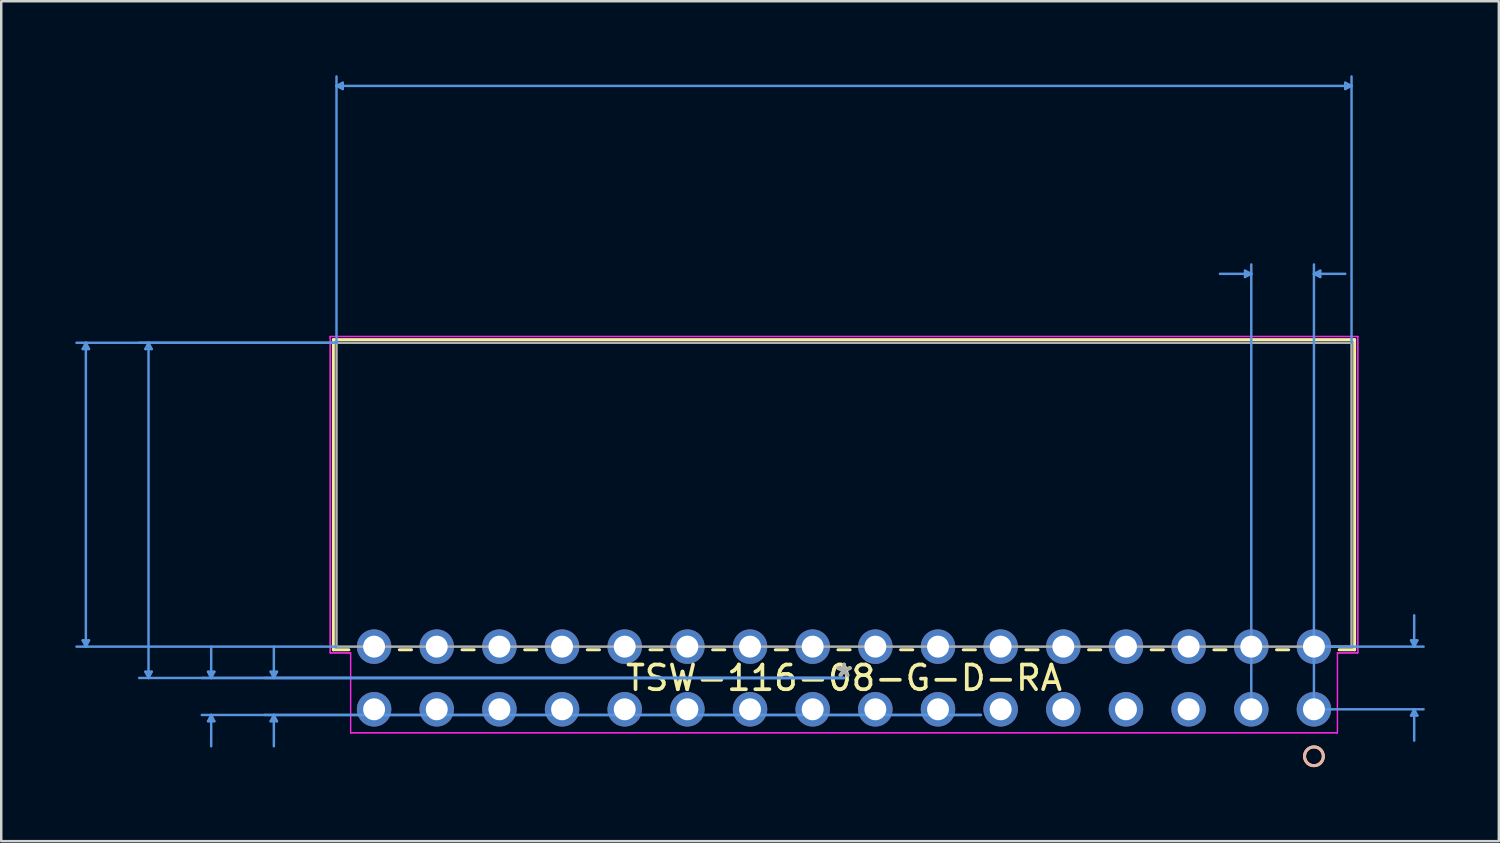
<source format=kicad_pcb>
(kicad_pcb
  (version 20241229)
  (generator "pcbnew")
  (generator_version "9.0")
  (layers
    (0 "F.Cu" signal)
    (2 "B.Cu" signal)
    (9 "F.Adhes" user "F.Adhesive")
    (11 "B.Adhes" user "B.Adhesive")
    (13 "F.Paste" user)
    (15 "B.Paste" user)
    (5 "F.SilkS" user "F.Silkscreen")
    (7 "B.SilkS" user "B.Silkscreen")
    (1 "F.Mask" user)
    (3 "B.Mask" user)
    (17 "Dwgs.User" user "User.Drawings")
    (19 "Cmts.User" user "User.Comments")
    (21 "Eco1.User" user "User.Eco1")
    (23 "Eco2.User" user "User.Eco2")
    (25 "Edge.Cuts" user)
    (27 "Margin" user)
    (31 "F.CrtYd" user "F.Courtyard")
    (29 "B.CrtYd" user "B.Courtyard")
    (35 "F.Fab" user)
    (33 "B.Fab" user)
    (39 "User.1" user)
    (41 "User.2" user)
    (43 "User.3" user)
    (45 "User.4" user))
  (footprint "TSW-116-08-G-D-RA"
    (layer "F.Cu")
    (at 31.165 24.434)
    (property "Reference" "TSW-116-08-G-D-RA" (at 0 0 0) (layer "F.SilkS") (effects (font (size 1 1) (thickness 0.15))))
    (attr through_hole)
    (fp_line (start -20.701 -13.716) (end -20.701 -1.143) (stroke (width 0.12) (type solid)) (layer "F.SilkS"))
    (fp_line (start -20.701 -1.143) (end -20.073 -1.143) (stroke (width 0.12) (type solid)) (layer "F.SilkS"))
    (fp_line (start -18.027 -1.143) (end -17.533 -1.143) (stroke (width 0.12) (type solid)) (layer "F.SilkS"))
    (fp_line (start -15.487 -1.143) (end -14.993 -1.143) (stroke (width 0.12) (type solid)) (layer "F.SilkS"))
    (fp_line (start -12.947 -1.143) (end -12.453 -1.143) (stroke (width 0.12) (type solid)) (layer "F.SilkS"))
    (fp_line (start -10.407 -1.143) (end -9.913 -1.143) (stroke (width 0.12) (type solid)) (layer "F.SilkS"))
    (fp_line (start -7.867 -1.143) (end -7.373 -1.143) (stroke (width 0.12) (type solid)) (layer "F.SilkS"))
    (fp_line (start -5.327 -1.143) (end -4.833 -1.143) (stroke (width 0.12) (type solid)) (layer "F.SilkS"))
    (fp_line (start -2.787 -1.143) (end -2.293 -1.143) (stroke (width 0.12) (type solid)) (layer "F.SilkS"))
    (fp_line (start -0.247 -1.143) (end 0.247 -1.143) (stroke (width 0.12) (type solid)) (layer "F.SilkS"))
    (fp_line (start 2.293 -1.143) (end 2.787 -1.143) (stroke (width 0.12) (type solid)) (layer "F.SilkS"))
    (fp_line (start 4.833 -1.143) (end 5.327 -1.143) (stroke (width 0.12) (type solid)) (layer "F.SilkS"))
    (fp_line (start 7.373 -1.143) (end 7.867 -1.143) (stroke (width 0.12) (type solid)) (layer "F.SilkS"))
    (fp_line (start 9.913 -1.143) (end 10.407 -1.143) (stroke (width 0.12) (type solid)) (layer "F.SilkS"))
    (fp_line (start 12.453 -1.143) (end 12.947 -1.143) (stroke (width 0.12) (type solid)) (layer "F.SilkS"))
    (fp_line (start 14.993 -1.143) (end 15.487 -1.143) (stroke (width 0.12) (type solid)) (layer "F.SilkS"))
    (fp_line (start 17.533 -1.143) (end 18.027 -1.143) (stroke (width 0.12) (type solid)) (layer "F.SilkS"))
    (fp_line (start 20.073 -1.143) (end 20.701 -1.143) (stroke (width 0.12) (type solid)) (layer "F.SilkS"))
    (fp_line (start 20.701 -13.716) (end -20.701 -13.716) (stroke (width 0.12) (type solid)) (layer "F.SilkS"))
    (fp_line (start 20.701 -1.143) (end 20.701 -13.716) (stroke (width 0.12) (type solid)) (layer "F.SilkS"))
    (fp_circle (center 19.05 3.175) (end 19.431 3.175) (stroke (width 0.12) (type solid)) (fill no) (layer "F.SilkS"))
    (fp_circle (center 19.05 3.175) (end 19.431 3.175) (stroke (width 0.12) (type solid)) (fill no) (layer "B.SilkS"))
    (fp_line (start -30.861 -13.335) (end -30.607 -13.335) (stroke (width 0.1) (type solid)) (layer "Cmts.User"))
    (fp_line (start -30.861 -1.524) (end -30.607 -1.524) (stroke (width 0.1) (type solid)) (layer "Cmts.User"))
    (fp_line (start -30.734 -13.589) (end -30.861 -13.335) (stroke (width 0.1) (type solid)) (layer "Cmts.User"))
    (fp_line (start -30.734 -13.589) (end -30.734 -1.27) (stroke (width 0.1) (type solid)) (layer "Cmts.User"))
    (fp_line (start -30.734 -13.589) (end -30.607 -13.335) (stroke (width 0.1) (type solid)) (layer "Cmts.User"))
    (fp_line (start -30.734 -1.27) (end -30.861 -1.524) (stroke (width 0.1) (type solid)) (layer "Cmts.User"))
    (fp_line (start -30.734 -1.27) (end -30.607 -1.524) (stroke (width 0.1) (type solid)) (layer "Cmts.User"))
    (fp_line (start -28.321 -13.335) (end -28.067 -13.335) (stroke (width 0.1) (type solid)) (layer "Cmts.User"))
    (fp_line (start -28.321 -0.254) (end -28.067 -0.254) (stroke (width 0.1) (type solid)) (layer "Cmts.User"))
    (fp_line (start -28.194 -13.589) (end -28.321 -13.335) (stroke (width 0.1) (type solid)) (layer "Cmts.User"))
    (fp_line (start -28.194 -13.589) (end -28.194 0) (stroke (width 0.1) (type solid)) (layer "Cmts.User"))
    (fp_line (start -28.194 -13.589) (end -28.067 -13.335) (stroke (width 0.1) (type solid)) (layer "Cmts.User"))
    (fp_line (start -28.194 0) (end -28.321 -0.254) (stroke (width 0.1) (type solid)) (layer "Cmts.User"))
    (fp_line (start -28.194 0) (end -28.067 -0.254) (stroke (width 0.1) (type solid)) (layer "Cmts.User"))
    (fp_line (start -25.781 -0.254) (end -25.527 -0.254) (stroke (width 0.1) (type solid)) (layer "Cmts.User"))
    (fp_line (start -25.781 1.753) (end -25.527 1.753) (stroke (width 0.1) (type solid)) (layer "Cmts.User"))
    (fp_line (start -25.654 0) (end -25.781 -0.254) (stroke (width 0.1) (type solid)) (layer "Cmts.User"))
    (fp_line (start -25.654 0) (end -25.654 -1.27) (stroke (width 0.1) (type solid)) (layer "Cmts.User"))
    (fp_line (start -25.654 0) (end -25.527 -0.254) (stroke (width 0.1) (type solid)) (layer "Cmts.User"))
    (fp_line (start -25.654 1.499) (end -25.781 1.753) (stroke (width 0.1) (type solid)) (layer "Cmts.User"))
    (fp_line (start -25.654 1.499) (end -25.654 2.769) (stroke (width 0.1) (type solid)) (layer "Cmts.User"))
    (fp_line (start -25.654 1.499) (end -25.527 1.753) (stroke (width 0.1) (type solid)) (layer "Cmts.User"))
    (fp_line (start -23.241 -0.254) (end -22.987 -0.254) (stroke (width 0.1) (type solid)) (layer "Cmts.User"))
    (fp_line (start -23.241 1.753) (end -22.987 1.753) (stroke (width 0.1) (type solid)) (layer "Cmts.User"))
    (fp_line (start -23.114 0) (end -23.241 -0.254) (stroke (width 0.1) (type solid)) (layer "Cmts.User"))
    (fp_line (start -23.114 0) (end -23.114 -1.27) (stroke (width 0.1) (type solid)) (layer "Cmts.User"))
    (fp_line (start -23.114 0) (end -22.987 -0.254) (stroke (width 0.1) (type solid)) (layer "Cmts.User"))
    (fp_line (start -23.114 1.499) (end -23.241 1.753) (stroke (width 0.1) (type solid)) (layer "Cmts.User"))
    (fp_line (start -23.114 1.499) (end -23.114 2.769) (stroke (width 0.1) (type solid)) (layer "Cmts.User"))
    (fp_line (start -23.114 1.499) (end -22.987 1.753) (stroke (width 0.1) (type solid)) (layer "Cmts.User"))
    (fp_line (start -20.574 -24.003) (end -20.32 -24.13) (stroke (width 0.1) (type solid)) (layer "Cmts.User"))
    (fp_line (start -20.574 -24.003) (end -20.32 -23.876) (stroke (width 0.1) (type solid)) (layer "Cmts.User"))
    (fp_line (start -20.574 -24.003) (end 20.574 -24.003) (stroke (width 0.1) (type solid)) (layer "Cmts.User"))
    (fp_line (start -20.574 -13.589) (end -31.115 -13.589) (stroke (width 0.1) (type solid)) (layer "Cmts.User"))
    (fp_line (start -20.574 -13.589) (end -28.575 -13.589) (stroke (width 0.1) (type solid)) (layer "Cmts.User"))
    (fp_line (start -20.574 -13.589) (end -20.574 -24.384) (stroke (width 0.1) (type solid)) (layer "Cmts.User"))
    (fp_line (start -20.574 -1.27) (end -31.115 -1.27) (stroke (width 0.1) (type solid)) (layer "Cmts.User"))
    (fp_line (start -20.32 -24.13) (end -20.32 -23.876) (stroke (width 0.1) (type solid)) (layer "Cmts.User"))
    (fp_line (start 0 0) (end -28.575 0) (stroke (width 0.1) (type solid)) (layer "Cmts.User"))
    (fp_line (start 0 0) (end -26.035 0) (stroke (width 0.1) (type solid)) (layer "Cmts.User"))
    (fp_line (start 0 0) (end -23.495 0) (stroke (width 0.1) (type solid)) (layer "Cmts.User"))
    (fp_line (start 5.55 1.499) (end -26.035 1.499) (stroke (width 0.1) (type solid)) (layer "Cmts.User"))
    (fp_line (start 5.55 1.499) (end -23.495 1.499) (stroke (width 0.1) (type solid)) (layer "Cmts.User"))
    (fp_line (start 16.256 -16.51) (end 16.256 -16.256) (stroke (width 0.1) (type solid)) (layer "Cmts.User"))
    (fp_line (start 16.51 -16.383) (end 15.24 -16.383) (stroke (width 0.1) (type solid)) (layer "Cmts.User"))
    (fp_line (start 16.51 -16.383) (end 16.256 -16.51) (stroke (width 0.1) (type solid)) (layer "Cmts.User"))
    (fp_line (start 16.51 -16.383) (end 16.256 -16.256) (stroke (width 0.1) (type solid)) (layer "Cmts.User"))
    (fp_line (start 16.51 1.27) (end 16.51 -16.764) (stroke (width 0.1) (type solid)) (layer "Cmts.User"))
    (fp_line (start 19.05 -16.383) (end 19.304 -16.51) (stroke (width 0.1) (type solid)) (layer "Cmts.User"))
    (fp_line (start 19.05 -16.383) (end 19.304 -16.256) (stroke (width 0.1) (type solid)) (layer "Cmts.User"))
    (fp_line (start 19.05 -16.383) (end 20.32 -16.383) (stroke (width 0.1) (type solid)) (layer "Cmts.User"))
    (fp_line (start 19.05 -1.27) (end 23.495 -1.27) (stroke (width 0.1) (type solid)) (layer "Cmts.User"))
    (fp_line (start 19.05 1.27) (end 19.05 -16.764) (stroke (width 0.1) (type solid)) (layer "Cmts.User"))
    (fp_line (start 19.05 1.27) (end 23.495 1.27) (stroke (width 0.1) (type solid)) (layer "Cmts.User"))
    (fp_line (start 19.304 -16.51) (end 19.304 -16.256) (stroke (width 0.1) (type solid)) (layer "Cmts.User"))
    (fp_line (start 20.32 -24.13) (end 20.32 -23.876) (stroke (width 0.1) (type solid)) (layer "Cmts.User"))
    (fp_line (start 20.574 -24.003) (end 20.32 -24.13) (stroke (width 0.1) (type solid)) (layer "Cmts.User"))
    (fp_line (start 20.574 -24.003) (end 20.32 -23.876) (stroke (width 0.1) (type solid)) (layer "Cmts.User"))
    (fp_line (start 20.574 -13.589) (end 20.574 -24.384) (stroke (width 0.1) (type solid)) (layer "Cmts.User"))
    (fp_line (start 22.987 -1.524) (end 23.241 -1.524) (stroke (width 0.1) (type solid)) (layer "Cmts.User"))
    (fp_line (start 22.987 1.524) (end 23.241 1.524) (stroke (width 0.1) (type solid)) (layer "Cmts.User"))
    (fp_line (start 23.114 -1.27) (end 22.987 -1.524) (stroke (width 0.1) (type solid)) (layer "Cmts.User"))
    (fp_line (start 23.114 -1.27) (end 23.114 -2.54) (stroke (width 0.1) (type solid)) (layer "Cmts.User"))
    (fp_line (start 23.114 -1.27) (end 23.241 -1.524) (stroke (width 0.1) (type solid)) (layer "Cmts.User"))
    (fp_line (start 23.114 1.27) (end 22.987 1.524) (stroke (width 0.1) (type solid)) (layer "Cmts.User"))
    (fp_line (start 23.114 1.27) (end 23.114 2.54) (stroke (width 0.1) (type solid)) (layer "Cmts.User"))
    (fp_line (start 23.114 1.27) (end 23.241 1.524) (stroke (width 0.1) (type solid)) (layer "Cmts.User"))
    (fp_line (start -20.828 -13.843) (end -20.828 -1.016) (stroke (width 0.05) (type solid)) (layer "F.CrtYd"))
    (fp_line (start -20.828 -13.843) (end -20.828 -1.016) (stroke (width 0.05) (type solid)) (layer "F.CrtYd"))
    (fp_line (start -20.828 -1.016) (end -20.003 -1.016) (stroke (width 0.05) (type solid)) (layer "F.CrtYd"))
    (fp_line (start -20.828 -1.016) (end -20.003 -1.016) (stroke (width 0.05) (type solid)) (layer "F.CrtYd"))
    (fp_line (start -20.003 -13.843) (end -20.828 -13.843) (stroke (width 0.05) (type solid)) (layer "F.CrtYd"))
    (fp_line (start -20.003 -13.843) (end -20.828 -13.843) (stroke (width 0.05) (type solid)) (layer "F.CrtYd"))
    (fp_line (start -20.003 -13.843) (end -20.003 -13.843) (stroke (width 0.05) (type solid)) (layer "F.CrtYd"))
    (fp_line (start -20.003 -13.843) (end -20.003 -13.843) (stroke (width 0.05) (type solid)) (layer "F.CrtYd"))
    (fp_line (start -20.003 -1.016) (end -20.003 2.223) (stroke (width 0.05) (type solid)) (layer "F.CrtYd"))
    (fp_line (start -20.003 -1.016) (end -20.003 2.223) (stroke (width 0.05) (type solid)) (layer "F.CrtYd"))
    (fp_line (start -20.003 2.223) (end 20.003 2.223) (stroke (width 0.05) (type solid)) (layer "F.CrtYd"))
    (fp_line (start -20.003 2.223) (end 20.003 2.223) (stroke (width 0.05) (type solid)) (layer "F.CrtYd"))
    (fp_line (start 20.003 -13.843) (end -20.003 -13.843) (stroke (width 0.05) (type solid)) (layer "F.CrtYd"))
    (fp_line (start 20.003 -13.843) (end -20.003 -13.843) (stroke (width 0.05) (type solid)) (layer "F.CrtYd"))
    (fp_line (start 20.003 -13.843) (end 20.003 -13.843) (stroke (width 0.05) (type solid)) (layer "F.CrtYd"))
    (fp_line (start 20.003 -13.843) (end 20.003 -13.843) (stroke (width 0.05) (type solid)) (layer "F.CrtYd"))
    (fp_line (start 20.003 -1.016) (end 20.828 -1.016) (stroke (width 0.05) (type solid)) (layer "F.CrtYd"))
    (fp_line (start 20.003 -1.016) (end 20.828 -1.016) (stroke (width 0.05) (type solid)) (layer "F.CrtYd"))
    (fp_line (start 20.003 2.223) (end 20.003 -1.016) (stroke (width 0.05) (type solid)) (layer "F.CrtYd"))
    (fp_line (start 20.003 2.223) (end 20.003 -1.016) (stroke (width 0.05) (type solid)) (layer "F.CrtYd"))
    (fp_line (start 20.828 -13.843) (end 20.003 -13.843) (stroke (width 0.05) (type solid)) (layer "F.CrtYd"))
    (fp_line (start 20.828 -13.843) (end 20.003 -13.843) (stroke (width 0.05) (type solid)) (layer "F.CrtYd"))
    (fp_line (start 20.828 -1.016) (end 20.828 -13.843) (stroke (width 0.05) (type solid)) (layer "F.CrtYd"))
    (fp_line (start 20.828 -1.016) (end 20.828 -13.843) (stroke (width 0.05) (type solid)) (layer "F.CrtYd"))
    (fp_line (start -20.574 -13.589) (end -20.574 -1.27) (stroke (width 0.1) (type solid)) (layer "F.Fab"))
    (fp_line (start -20.574 -1.27) (end 20.574 -1.27) (stroke (width 0.1) (type solid)) (layer "F.Fab"))
    (fp_line (start 20.574 -13.589) (end -20.574 -13.589) (stroke (width 0.1) (type solid)) (layer "F.Fab"))
    (fp_line (start 20.574 -1.27) (end 20.574 -13.589) (stroke (width 0.1) (type solid)) (layer "F.Fab"))
    (fp_circle (center 19.05 1.27) (end 19.304 1.27) (stroke (width 0.1) (type solid)) (fill no) (layer "F.Fab"))
    (fp_text user "*" (at 0 0 0) (layer "F.SilkS") (effects (font (size 1 1) (thickness 0.15))))
    (fp_text user "Copyright 2021 Accelerated Designs. All rights reserved." (at 0 0 0) (layer "Cmts.User") (effects (font (size 0.127 0.127) (thickness 0.002))))
    (fp_text user "*" (at 0 0 0) (layer "F.Fab") (effects (font (size 1 1) (thickness 0.15))))
    (pad "1" thru_hole circle (at 19.05 1.27 90) (size 1.397 1.397) (drill 0.889) (layers "*.Cu" "*.Mask"))
    (pad "2" thru_hole circle (at 19.05 -1.27 90) (size 1.397 1.397) (drill 0.889) (layers "*.Cu" "*.Mask"))
    (pad "3" thru_hole circle (at 16.51 1.27 90) (size 1.397 1.397) (drill 0.889) (layers "*.Cu" "*.Mask"))
    (pad "4" thru_hole circle (at 16.51 -1.27 90) (size 1.397 1.397) (drill 0.889) (layers "*.Cu" "*.Mask"))
    (pad "5" thru_hole circle (at 13.97 1.27 90) (size 1.397 1.397) (drill 0.889) (layers "*.Cu" "*.Mask"))
    (pad "6" thru_hole circle (at 13.97 -1.27 90) (size 1.397 1.397) (drill 0.889) (layers "*.Cu" "*.Mask"))
    (pad "7" thru_hole circle (at 11.43 1.27 90) (size 1.397 1.397) (drill 0.889) (layers "*.Cu" "*.Mask"))
    (pad "8" thru_hole circle (at 11.43 -1.27 90) (size 1.397 1.397) (drill 0.889) (layers "*.Cu" "*.Mask"))
    (pad "9" thru_hole circle (at 8.89 1.27 90) (size 1.397 1.397) (drill 0.889) (layers "*.Cu" "*.Mask"))
    (pad "10" thru_hole circle (at 8.89 -1.27 90) (size 1.397 1.397) (drill 0.889) (layers "*.Cu" "*.Mask"))
    (pad "11" thru_hole circle (at 6.35 1.27 90) (size 1.397 1.397) (drill 0.889) (layers "*.Cu" "*.Mask"))
    (pad "12" thru_hole circle (at 6.35 -1.27 90) (size 1.397 1.397) (drill 0.889) (layers "*.Cu" "*.Mask"))
    (pad "13" thru_hole circle (at 3.81 1.27 90) (size 1.397 1.397) (drill 0.889) (layers "*.Cu" "*.Mask"))
    (pad "14" thru_hole circle (at 3.81 -1.27 90) (size 1.397 1.397) (drill 0.889) (layers "*.Cu" "*.Mask"))
    (pad "15" thru_hole circle (at 1.27 1.27 90) (size 1.397 1.397) (drill 0.889) (layers "*.Cu" "*.Mask"))
    (pad "16" thru_hole circle (at 1.27 -1.27 90) (size 1.397 1.397) (drill 0.889) (layers "*.Cu" "*.Mask"))
    (pad "17" thru_hole circle (at -1.27 1.27 90) (size 1.397 1.397) (drill 0.889) (layers "*.Cu" "*.Mask"))
    (pad "18" thru_hole circle (at -1.27 -1.27 90) (size 1.397 1.397) (drill 0.889) (layers "*.Cu" "*.Mask"))
    (pad "19" thru_hole circle (at -3.81 1.27 90) (size 1.397 1.397) (drill 0.889) (layers "*.Cu" "*.Mask"))
    (pad "20" thru_hole circle (at -3.81 -1.27 90) (size 1.397 1.397) (drill 0.889) (layers "*.Cu" "*.Mask"))
    (pad "21" thru_hole circle (at -6.35 1.27 90) (size 1.397 1.397) (drill 0.889) (layers "*.Cu" "*.Mask"))
    (pad "22" thru_hole circle (at -6.35 -1.27 90) (size 1.397 1.397) (drill 0.889) (layers "*.Cu" "*.Mask"))
    (pad "23" thru_hole circle (at -8.89 1.27 90) (size 1.397 1.397) (drill 0.889) (layers "*.Cu" "*.Mask"))
    (pad "24" thru_hole circle (at -8.89 -1.27 90) (size 1.397 1.397) (drill 0.889) (layers "*.Cu" "*.Mask"))
    (pad "25" thru_hole circle (at -11.43 1.27 90) (size 1.397 1.397) (drill 0.889) (layers "*.Cu" "*.Mask"))
    (pad "26" thru_hole circle (at -11.43 -1.27 90) (size 1.397 1.397) (drill 0.889) (layers "*.Cu" "*.Mask"))
    (pad "27" thru_hole circle (at -13.97 1.27 90) (size 1.397 1.397) (drill 0.889) (layers "*.Cu" "*.Mask"))
    (pad "28" thru_hole circle (at -13.97 -1.27 90) (size 1.397 1.397) (drill 0.889) (layers "*.Cu" "*.Mask"))
    (pad "29" thru_hole circle (at -16.51 1.27 90) (size 1.397 1.397) (drill 0.889) (layers "*.Cu" "*.Mask"))
    (pad "30" thru_hole circle (at -16.51 -1.27 90) (size 1.397 1.397) (drill 0.889) (layers "*.Cu" "*.Mask"))
    (pad "31" thru_hole circle (at -19.05 1.27 90) (size 1.397 1.397) (drill 0.889) (layers "*.Cu" "*.Mask"))
    (pad "32" thru_hole circle (at -19.05 -1.27 90) (size 1.397 1.397) (drill 0.889) (layers "*.Cu" "*.Mask")))
  (gr_rect
    (start -3 -3)
    (end 57.71 31.05)
    (stroke (width 0.1) (type default))
    (fill no)
    (layer "Edge.Cuts")))
</source>
